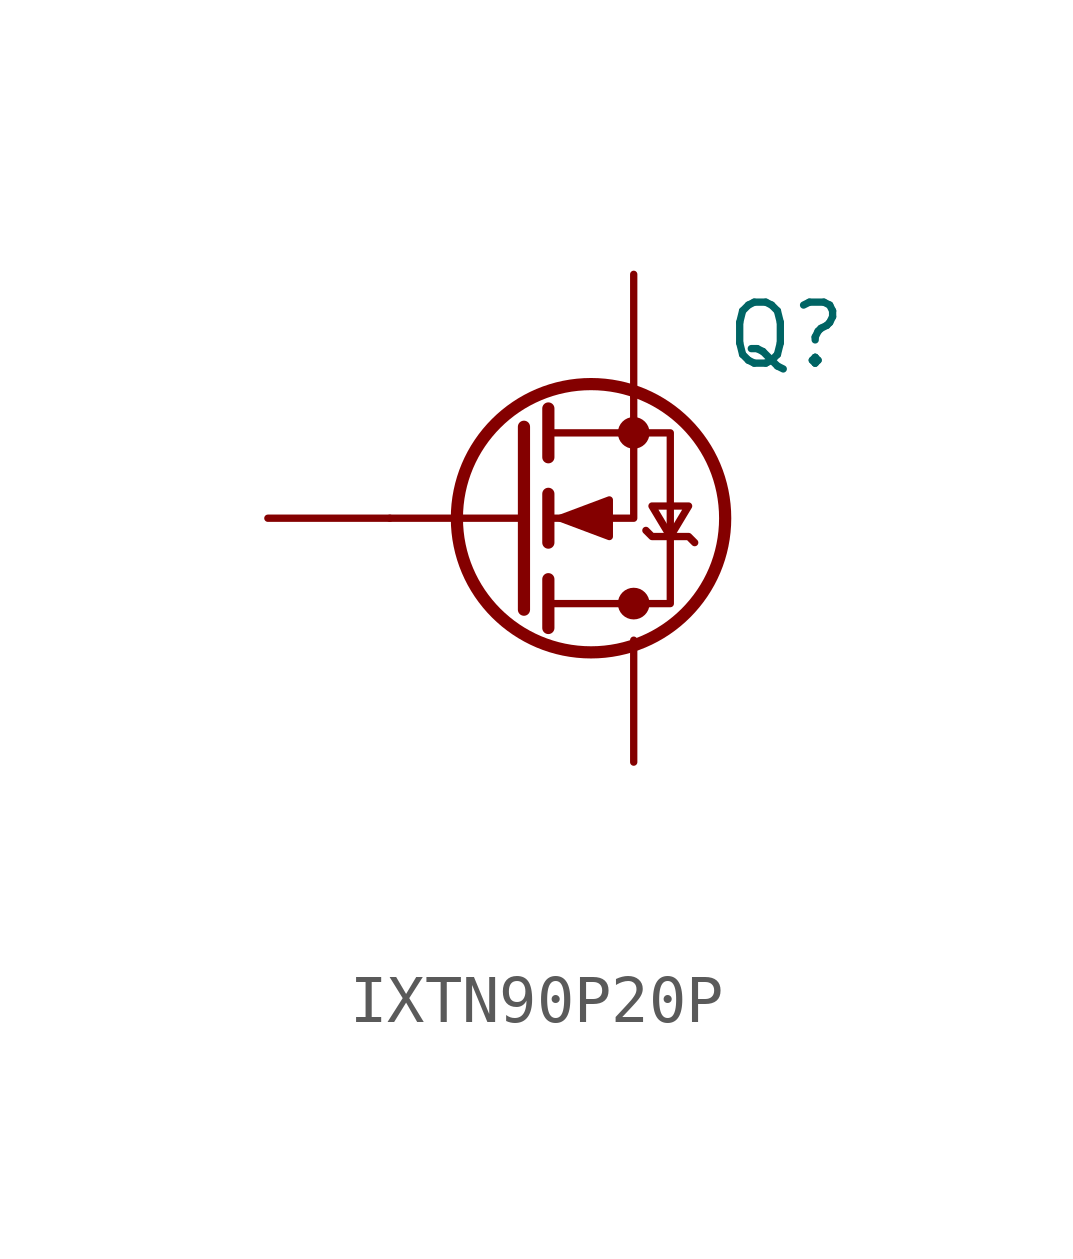
<source format=kicad_sym>
(kicad_symbol_lib
  (version 20220914)
  (generator kicad_symbol_editor)
  (symbol "IXTN90P20P"
    (pin_numbers hide)
    (pin_names hide)
    (property "Reference" "Q"
      (at 5.715 3.81 0)
      (effects (font (size 1.27 1.27))))
    (property "Value" ""
      (at 0 0 0)
      (effects (font (size 1.27 1.27))))
    (symbol "IXTN90P20P_0_0"
      (text "" (at -5.08 -7.62 0) (effects (font (size 1.27 1.27)))))
    (symbol "IXTN90P20P_0_1"
      (polyline (pts (xy 0.254 0) (xy -2.54 0)) (stroke (width 0) (type default)) (fill (type none)))
      (polyline (pts (xy 0.254 1.905) (xy 0.254 -1.905)) (stroke (width 0.254) (type default)) (fill (type none)))
      (polyline (pts (xy 0.762 -1.27) (xy 0.762 -2.286)) (stroke (width 0.254) (type default)) (fill (type none)))
      (polyline (pts (xy 0.762 0.508) (xy 0.762 -0.508)) (stroke (width 0.254) (type default)) (fill (type none)))
      (polyline (pts (xy 0.762 2.286) (xy 0.762 1.27)) (stroke (width 0.254) (type default)) (fill (type none)))
      (polyline (pts (xy 2.54 2.54) (xy 2.54 1.778)) (stroke (width 0) (type default)) (fill (type none)))
      (polyline (pts (xy 2.54 1.905) (xy 2.54 0) (xy 0.762 0)) (stroke (width 0) (type default)) (fill (type none)))
      (polyline (pts (xy 0.762 -1.778) (xy 3.302 -1.778) (xy 3.302 1.778) (xy 0.762 1.778)) (stroke (width 0) (type default)) (fill (type none)))
      (polyline (pts (xy 1.016 0) (xy 2.032 0.381) (xy 2.032 -0.381) (xy 1.016 0)) (stroke (width 0) (type default)) (fill (type outline)))
      (polyline (pts (xy 2.794 -0.254) (xy 2.921 -0.381) (xy 3.683 -0.381) (xy 3.81 -0.508)) (stroke (width 0) (type default)) (fill (type none)))
      (polyline (pts (xy 3.302 -0.381) (xy 3.683 0.254) (xy 2.921 0.254) (xy 3.302 -0.381)) (stroke (width 0) (type default)) (fill (type none)))
      (circle (center 1.651 0) (radius 2.794) (stroke (width 0.254) (type default)) (fill (type none)))
      (circle (center 2.54 -1.778) (radius 0.254) (stroke (width 0) (type default)) (fill (type outline)))
      (circle (center 2.54 1.778) (radius 0.254) (stroke (width 0) (type default)) (fill (type outline))))
    (symbol "IXTN90P20P_1_1"
      (pin input line (at -5.08 0 0) (length 2.54) (name "G" (effects (font (size 1.27 1.27)))) (number "1" (effects (font (size 1.27 1.27)))))
      (pin passive line (at 2.54 -5.08 90) (length 2.54) (name "S" (effects (font (size 1.27 1.27)))) (number "2" (effects (font (size 1.27 1.27)))))
      (pin passive line (at 2.54 5.08 270) (length 2.54) (name "D" (effects (font (size 1.27 1.27)))) (number "3" (effects (font (size 1.27 1.27))))))))
</source>
